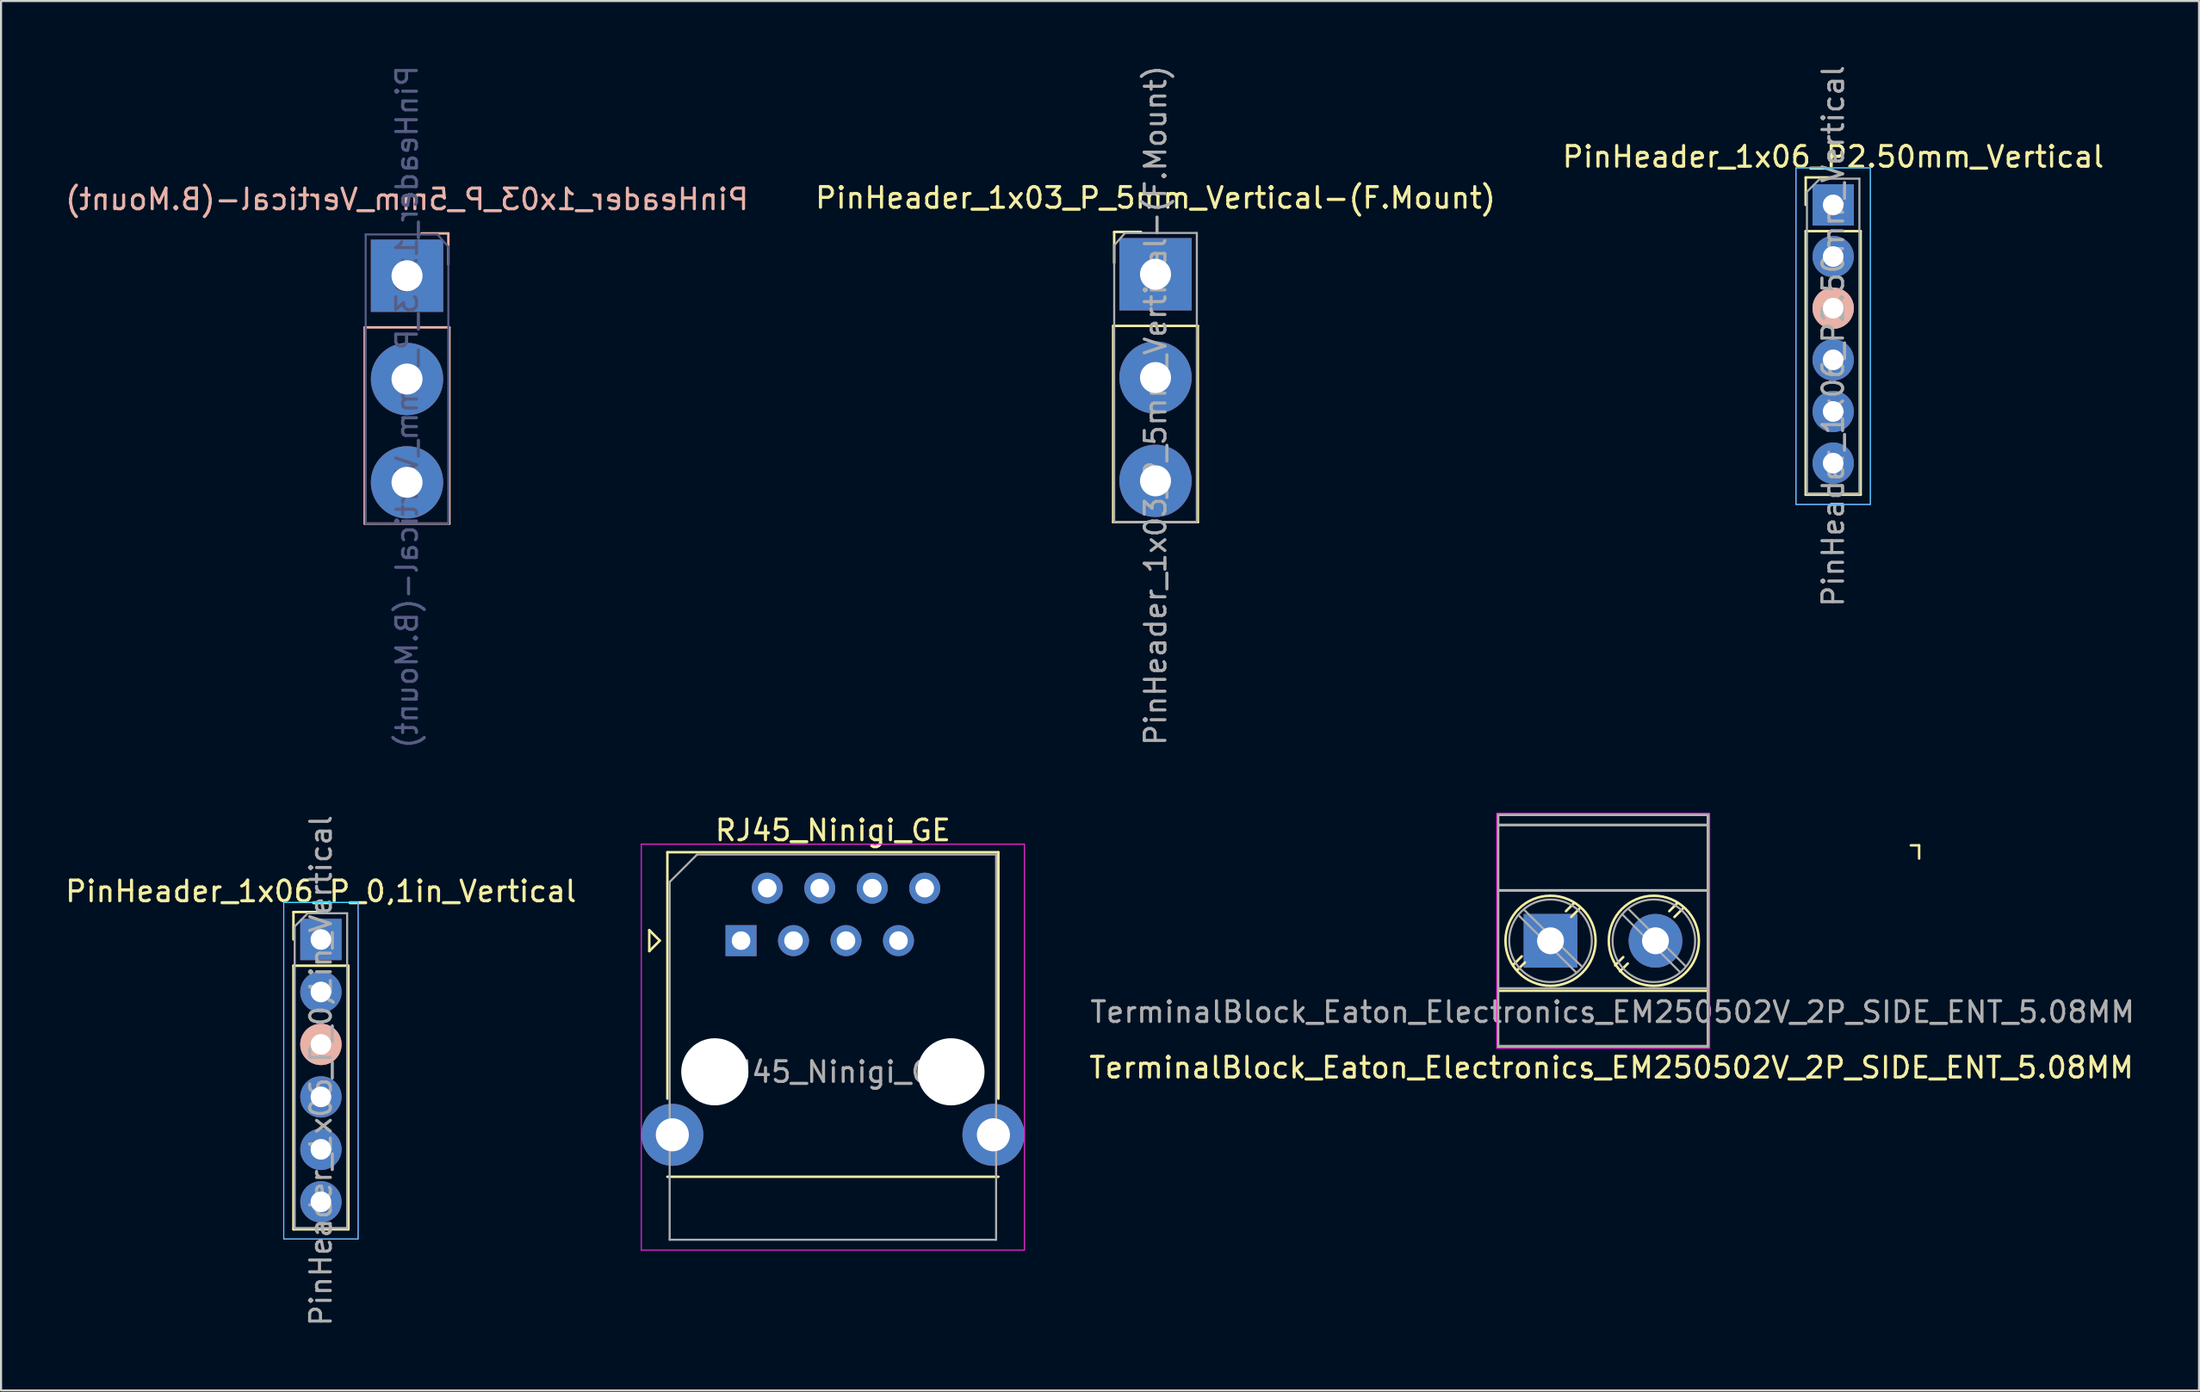
<source format=kicad_pcb>
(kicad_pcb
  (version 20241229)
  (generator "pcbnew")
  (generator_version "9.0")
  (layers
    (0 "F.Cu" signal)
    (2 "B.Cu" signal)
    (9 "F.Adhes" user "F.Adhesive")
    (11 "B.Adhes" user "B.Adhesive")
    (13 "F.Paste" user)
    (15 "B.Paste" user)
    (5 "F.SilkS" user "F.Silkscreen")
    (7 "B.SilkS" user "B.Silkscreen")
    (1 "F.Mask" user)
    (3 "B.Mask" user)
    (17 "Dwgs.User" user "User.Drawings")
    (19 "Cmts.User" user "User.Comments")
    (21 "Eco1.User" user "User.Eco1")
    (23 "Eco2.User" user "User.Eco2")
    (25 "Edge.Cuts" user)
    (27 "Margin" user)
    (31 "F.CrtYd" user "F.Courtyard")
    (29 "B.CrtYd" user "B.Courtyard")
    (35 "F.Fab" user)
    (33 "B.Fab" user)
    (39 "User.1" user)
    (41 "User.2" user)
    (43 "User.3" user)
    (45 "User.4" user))
  (footprint "PinHeader_1x03_P_5mm_Vertical-(F.Mount)"
    (layer "F.Cu")
    (at 52.875 10.227)
    (property "Reference" "PinHeader_1x03_P_5mm_Vertical-(F.Mount)" (at 0 -3.7 0) (layer "F.SilkS") (effects (font (size 1 1) (thickness 0.15))))
    (attr through_hole)
    (fp_line (start -2.05 2.5) (end -2.05 12) (stroke (width 0.12) (type solid)) (layer "F.SilkS"))
    (fp_line (start -2.05 2.5) (end 2.05 2.5) (stroke (width 0.12) (type solid)) (layer "F.SilkS"))
    (fp_line (start -2.05 12) (end 2.05 12) (stroke (width 0.12) (type solid)) (layer "F.SilkS"))
    (fp_line (start -2 -2.05) (end -0.7 -2.05) (stroke (width 0.12) (type solid)) (layer "F.SilkS"))
    (fp_line (start -2 -0.55) (end -2 -2.05) (stroke (width 0.12) (type solid)) (layer "F.SilkS"))
    (fp_line (start 2.05 2.5) (end 2.05 12) (stroke (width 0.12) (type solid)) (layer "F.SilkS"))
    (fp_line (start -2 -1.4) (end -1.475 -2) (stroke (width 0.1) (type solid)) (layer "F.Fab"))
    (fp_line (start -2 12) (end -2 -1.4) (stroke (width 0.1) (type solid)) (layer "F.Fab"))
    (fp_line (start -1.475 -2) (end 2 -2) (stroke (width 0.1) (type solid)) (layer "F.Fab"))
    (fp_line (start 2 -2) (end 2 12) (stroke (width 0.1) (type solid)) (layer "F.Fab"))
    (fp_line (start 2 12) (end -2 12) (stroke (width 0.1) (type solid)) (layer "F.Fab"))
    (fp_text user "${REFERENCE}" (at 0 6.35 90) (layer "F.Fab") (effects (font (size 1 1) (thickness 0.15))))
    (pad "1" thru_hole rect (at 0 0) (size 3.5 3.5) (drill 1.5) (layers "*.Cu" "*.Mask"))
    (pad "2" thru_hole circle (at 0 5) (size 3.5 3.5) (drill 1.5) (layers "*.Cu" "*.Mask"))
    (pad "3" thru_hole circle (at 0 10) (size 3.5 3.5) (drill 1.5) (layers "*.Cu" "*.Mask")))
  (footprint "PinHeader_1x06_P_0,1in_Vertical"
    (layer "F.Cu")
    (at 12.482 42.43)
    (property "Reference" "PinHeader_1x06_P_0,1in_Vertical" (at 0 -2.33 0) (layer "F.SilkS") (effects (font (size 1 1) (thickness 0.15))))
    (attr through_hole)
    (fp_line (start -1.33 -1.33) (end 0 -1.33) (stroke (width 0.12) (type solid)) (layer "F.SilkS"))
    (fp_line (start -1.33 0) (end -1.33 -1.33) (stroke (width 0.12) (type solid)) (layer "F.SilkS"))
    (fp_line (start -1.33 1.27) (end -1.33 14.03) (stroke (width 0.12) (type solid)) (layer "F.SilkS"))
    (fp_line (start -1.33 1.27) (end 1.33 1.27) (stroke (width 0.12) (type solid)) (layer "F.SilkS"))
    (fp_line (start -1.33 14.03) (end 1.33 14.03) (stroke (width 0.12) (type solid)) (layer "F.SilkS"))
    (fp_line (start 1.33 1.27) (end 1.33 14.03) (stroke (width 0.12) (type solid)) (layer "F.SilkS"))
    (fp_rect (start 1.8 -1.79) (end -1.8 14.5) (stroke (width 0.05) (type solid)) (fill no) (layer "B.CrtYd"))
    (fp_line (start -1.8 -1.8) (end -1.8 14.5) (stroke (width 0.05) (type solid)) (layer "F.CrtYd"))
    (fp_line (start -1.8 14.5) (end 1.8 14.5) (stroke (width 0.05) (type solid)) (layer "F.CrtYd"))
    (fp_line (start 1.8 -1.8) (end -1.8 -1.8) (stroke (width 0.05) (type solid)) (layer "F.CrtYd"))
    (fp_line (start 1.8 14.5) (end 1.8 -1.8) (stroke (width 0.05) (type solid)) (layer "F.CrtYd"))
    (fp_line (start -1.27 -0.635) (end -0.635 -1.27) (stroke (width 0.1) (type solid)) (layer "F.Fab"))
    (fp_line (start -1.27 13.97) (end -1.27 -0.635) (stroke (width 0.1) (type solid)) (layer "F.Fab"))
    (fp_line (start -0.635 -1.27) (end 1.27 -1.27) (stroke (width 0.1) (type solid)) (layer "F.Fab"))
    (fp_line (start 1.27 -1.27) (end 1.27 13.97) (stroke (width 0.1) (type solid)) (layer "F.Fab"))
    (fp_line (start 1.27 13.97) (end -1.27 13.97) (stroke (width 0.1) (type solid)) (layer "F.Fab"))
    (fp_text user "${REFERENCE}" (at 0 6.35 90) (layer "F.Fab") (effects (font (size 1 1) (thickness 0.15))))
    (pad "1" thru_hole rect (at 0 0) (size 2 2) (drill 1) (layers "*.Cu" "*.Mask"))
    (pad "2" thru_hole oval (at 0 2.54) (size 2 2) (drill 1) (layers "*.Cu" "*.Mask"))
    (pad "3" thru_hole oval (at 0 5.08) (size 2 2) (drill 1) (layers "*.Cu" "*.Mask" "B.SilkS"))
    (pad "4" thru_hole oval (at 0 7.62) (size 2 2) (drill 1) (layers "*.Cu" "*.Mask"))
    (pad "5" thru_hole oval (at 0 10.16) (size 2 2) (drill 1) (layers "*.Cu" "*.Mask"))
    (pad "6" thru_hole oval (at 0 12.7) (size 2 2) (drill 1) (layers "*.Cu" "*.Mask")))
  (footprint "TerminalBlock_Eaton_Electronics_EM250502V_2P_SIDE_ENT_5.08MM"
    (layer "F.Cu")
    (at 71.993 42.493)
    (property "Reference" "TerminalBlock_Eaton_Electronics_EM250502V_2P_SIDE_ENT_5.08MM" (at 2.95 6.14 0) (layer "F.SilkS") (effects (font (size 1 1) (thickness 0.15))))
    (attr through_hole)
    (fp_line (start -2.54 5.1) (end -2.54 -6.1) (stroke (width 0.12) (type solid)) (layer "F.SilkS"))
    (fp_line (start -1.788 1.148) (end -1.393 0.752) (stroke (width 0.12) (type solid)) (layer "F.SilkS"))
    (fp_line (start -1.62 1.43) (end -1.24 1.05) (stroke (width 0.12) (type solid)) (layer "F.SilkS"))
    (fp_line (start 0.747 -1.434) (end 1.127 -1.814) (stroke (width 0.12) (type solid)) (layer "F.SilkS"))
    (fp_line (start 0.998 -1.152) (end 1.393 -1.548) (stroke (width 0.12) (type solid)) (layer "F.SilkS"))
    (fp_line (start 3.125 1.186) (end 3.52 0.79) (stroke (width 0.12) (type solid)) (layer "F.SilkS"))
    (fp_line (start 3.36 1.48) (end 3.74 1.1) (stroke (width 0.12) (type solid)) (layer "F.SilkS"))
    (fp_line (start 5.747 -1.434) (end 6.127 -1.814) (stroke (width 0.12) (type solid)) (layer "F.SilkS"))
    (fp_line (start 5.998 -1.152) (end 6.393 -1.548) (stroke (width 0.12) (type solid)) (layer "F.SilkS"))
    (fp_line (start 7.61 2.42) (end -2.55 2.42) (stroke (width 0.12) (type solid)) (layer "F.SilkS"))
    (fp_line (start 7.62 -2.44) (end -2.54 -2.44) (stroke (width 0.12) (type solid)) (layer "F.SilkS"))
    (fp_line (start 7.62 5.1) (end -2.54 5.1) (stroke (width 0.12) (type solid)) (layer "F.SilkS"))
    (fp_line (start 7.62 5.1) (end 7.62 -6.1) (stroke (width 0.12) (type solid)) (layer "F.SilkS"))
    (fp_line (start 7.63 -6.1) (end -2.53 -6.1) (stroke (width 0.12) (type solid)) (layer "F.SilkS"))
    (fp_line (start 7.65 -5.61) (end -2.51 -5.61) (stroke (width 0.12) (type solid)) (layer "F.SilkS"))
    (fp_line (start 17.84 -4.62) (end 17.44 -4.62) (stroke (width 0.12) (type solid)) (layer "F.SilkS"))
    (fp_line (start 17.84 -3.98) (end 17.84 -4.62) (stroke (width 0.12) (type solid)) (layer "F.SilkS"))
    (fp_circle (center 0 0) (end 2.18 0) (stroke (width 0.12) (type solid)) (fill no) (layer "F.SilkS"))
    (fp_circle (center 5 0) (end 7.18 0) (stroke (width 0.12) (type solid)) (fill no) (layer "F.SilkS"))
    (fp_rect (start -2.6 5.2) (end 7.7 -6.17) (stroke (width 0.05) (type solid)) (fill no) (layer "F.CrtYd"))
    (fp_line (start -2.54 -6.1) (end -2.54 5.1) (stroke (width 0.1) (type solid)) (layer "F.Fab"))
    (fp_line (start -2.54 -6.1) (end 7.62 -6.1) (stroke (width 0.1) (type solid)) (layer "F.Fab"))
    (fp_line (start -2.54 2.3) (end 7.62 2.3) (stroke (width 0.1) (type solid)) (layer "F.Fab"))
    (fp_line (start -2.54 5.1) (end 7.62 5.1) (stroke (width 0.1) (type solid)) (layer "F.Fab"))
    (fp_line (start 1.26 1.55) (end -1.56 -1.25) (stroke (width 0.1) (type solid)) (layer "F.Fab"))
    (fp_line (start 1.55 1.28) (end -1.29 -1.51) (stroke (width 0.1) (type solid)) (layer "F.Fab"))
    (fp_line (start 6.255 1.505) (end 3.466 -1.285) (stroke (width 0.1) (type solid)) (layer "F.Fab"))
    (fp_line (start 6.545 1.235) (end 3.756 -1.555) (stroke (width 0.1) (type solid)) (layer "F.Fab"))
    (fp_line (start 7.62 -6.1) (end 7.62 5.1) (stroke (width 0.1) (type solid)) (layer "F.Fab"))
    (fp_line (start 7.62 -2.43) (end -2.54 -2.43) (stroke (width 0.1) (type solid)) (layer "F.Fab"))
    (fp_line (start 7.63 -5.61) (end -2.53 -5.61) (stroke (width 0.1) (type solid)) (layer "F.Fab"))
    (fp_circle (center 0 0) (end 2 0) (stroke (width 0.1) (type solid)) (fill no) (layer "F.Fab"))
    (fp_circle (center 5 0) (end 7 0) (stroke (width 0.1) (type solid)) (fill no) (layer "F.Fab"))
    (fp_text user "${REFERENCE}" (at 3 3.45 0) (layer "F.Fab") (effects (font (size 1 1) (thickness 0.15))))
    (pad "1" thru_hole rect (at 0 0) (size 2.6 2.6) (drill 1.3) (layers "*.Cu" "*.Mask"))
    (pad "2" thru_hole circle (at 5.08 0) (size 2.6 2.6) (drill 1.3) (layers "*.Cu" "*.Mask")))
  (footprint "PinHeader_1x03_P_5mm_Vertical-(B.Mount)"
    (layer "F.Cu")
    (at 16.649 10.299)
    (property "Reference" "PinHeader_1x03_P_5mm_Vertical-(B.Mount)" (at 0 -3.7 0) (layer "B.SilkS") (effects (font (size 1 1) (thickness 0.15)) (justify mirror)))
    (attr through_hole)
    (fp_line (start -2.05 2.5) (end -2.05 12) (stroke (width 0.12) (type solid)) (layer "B.SilkS"))
    (fp_line (start 2 -2.05) (end 0.7 -2.05) (stroke (width 0.12) (type solid)) (layer "B.SilkS"))
    (fp_line (start 2 -0.55) (end 2 -2.05) (stroke (width 0.12) (type solid)) (layer "B.SilkS"))
    (fp_line (start 2.05 2.5) (end -2.05 2.5) (stroke (width 0.12) (type solid)) (layer "B.SilkS"))
    (fp_line (start 2.05 2.5) (end 2.05 12) (stroke (width 0.12) (type solid)) (layer "B.SilkS"))
    (fp_line (start 2.05 12) (end -2.05 12) (stroke (width 0.12) (type solid)) (layer "B.SilkS"))
    (fp_line (start -2 -2) (end -2 12) (stroke (width 0.1) (type solid)) (layer "B.Fab"))
    (fp_line (start -2 12) (end 2 12) (stroke (width 0.1) (type solid)) (layer "B.Fab"))
    (fp_line (start 1.475 -2) (end -2 -2) (stroke (width 0.1) (type solid)) (layer "B.Fab"))
    (fp_line (start 2 -1.4) (end 1.475 -2) (stroke (width 0.1) (type solid)) (layer "B.Fab"))
    (fp_line (start 2 12) (end 2 -1.4) (stroke (width 0.1) (type solid)) (layer "B.Fab"))
    (fp_text user "${REFERENCE}" (at 0 6.35 270) (layer "B.Fab") (effects (font (size 1 1) (thickness 0.15)) (justify mirror)))
    (pad "1" thru_hole rect (at 0 0) (size 3.5 3.5) (drill 1.5) (layers "*.Cu" "*.Mask"))
    (pad "2" thru_hole circle (at 0 5) (size 3.5 3.5) (drill 1.5) (layers "*.Cu" "*.Mask"))
    (pad "3" thru_hole circle (at 0 10) (size 3.5 3.5) (drill 1.5) (layers "*.Cu" "*.Mask")))
  (footprint "RJ45_Ninigi_GE"
    (layer "F.Cu")
    (at 32.815 42.486)
    (property "Reference" "RJ45_Ninigi_GE" (at 4.445 -5.34 0) (layer "F.SilkS") (effects (font (size 1 1) (thickness 0.15))))
    (attr through_hole)
    (fp_line (start -4.441 -0.508) (end -4.441 0.508) (stroke (width 0.12) (type solid)) (layer "F.SilkS"))
    (fp_line (start -4.441 0.508) (end -3.933 0) (stroke (width 0.12) (type solid)) (layer "F.SilkS"))
    (fp_line (start -3.933 0) (end -4.441 -0.508) (stroke (width 0.12) (type solid)) (layer "F.SilkS"))
    (fp_line (start -3.565 -4.28) (end -3.565 7.65) (stroke (width 0.12) (type solid)) (layer "F.SilkS"))
    (fp_line (start 12.455 -4.28) (end -3.565 -4.28) (stroke (width 0.12) (type solid)) (layer "F.SilkS"))
    (fp_line (start 12.455 -4.28) (end 12.455 7.65) (stroke (width 0.12) (type solid)) (layer "F.SilkS"))
    (fp_line (start 12.455 11.43) (end -3.565 11.43) (stroke (width 0.12) (type solid)) (layer "F.SilkS"))
    (fp_line (start -4.826 -4.67) (end 13.716 -4.67) (stroke (width 0.05) (type solid)) (layer "F.CrtYd"))
    (fp_line (start -4.826 14.98) (end -4.826 -4.67) (stroke (width 0.05) (type solid)) (layer "F.CrtYd"))
    (fp_line (start 13.716 -4.67) (end 13.716 14.98) (stroke (width 0.05) (type solid)) (layer "F.CrtYd"))
    (fp_line (start 13.716 14.98) (end -4.826 14.98) (stroke (width 0.05) (type solid)) (layer "F.CrtYd"))
    (fp_line (start -3.455 -2.84) (end -3.455 14.48) (stroke (width 0.1) (type solid)) (layer "F.Fab"))
    (fp_line (start -3.455 -2.84) (end -2.125 -4.17) (stroke (width 0.1) (type solid)) (layer "F.Fab"))
    (fp_line (start 12.345 -4.17) (end -2.125 -4.17) (stroke (width 0.1) (type solid)) (layer "F.Fab"))
    (fp_line (start 12.345 14.48) (end -3.455 14.48) (stroke (width 0.1) (type solid)) (layer "F.Fab"))
    (fp_line (start 12.345 14.48) (end 12.345 -4.17) (stroke (width 0.1) (type solid)) (layer "F.Fab"))
    (fp_text user "${REFERENCE}" (at 4.445 6.36 0) (layer "F.Fab") (effects (font (size 1 1) (thickness 0.15))))
    (pad "" np_thru_hole circle (at -1.27 6.35) (size 3.25 3.25) (drill 3.25) (layers "*.Cu" "*.Mask"))
    (pad "" np_thru_hole circle (at 10.16 6.35 180) (size 3.25 3.25) (drill 3.25) (layers "*.Cu" "*.Mask"))
    (pad "1" thru_hole rect (at 0 0 180) (size 1.5 1.5) (drill 0.9) (layers "*.Cu" "*.Mask"))
    (pad "2" thru_hole circle (at 1.27 -2.54 180) (size 1.5 1.5) (drill 0.9) (layers "*.Cu" "*.Mask"))
    (pad "3" thru_hole circle (at 2.54 0 180) (size 1.5 1.5) (drill 0.9) (layers "*.Cu" "*.Mask"))
    (pad "4" thru_hole circle (at 3.81 -2.54 180) (size 1.5 1.5) (drill 0.9) (layers "*.Cu" "*.Mask"))
    (pad "5" thru_hole circle (at 5.08 0 180) (size 1.5 1.5) (drill 0.9) (layers "*.Cu" "*.Mask"))
    (pad "6" thru_hole circle (at 6.35 -2.54 180) (size 1.5 1.5) (drill 0.9) (layers "*.Cu" "*.Mask"))
    (pad "7" thru_hole circle (at 7.62 0 180) (size 1.5 1.5) (drill 0.9) (layers "*.Cu" "*.Mask"))
    (pad "8" thru_hole circle (at 8.89 -2.54 180) (size 1.5 1.5) (drill 0.9) (layers "*.Cu" "*.Mask"))
    (pad "SH" thru_hole circle (at -3.325 9.4) (size 3 3) (drill 1.6) (layers "*.Cu" "*.Mask"))
    (pad "SH" thru_hole circle (at 12.215 9.4 180) (size 3 3) (drill 1.6) (layers "*.Cu" "*.Mask")))
  (footprint "PinHeader_1x06_P2.50mm_Vertical"
    (layer "F.Cu")
    (at 85.673 6.87)
    (property "Reference" "PinHeader_1x06_P2.50mm_Vertical" (at 0 -2.33 0) (layer "F.SilkS") (effects (font (size 1 1) (thickness 0.15))))
    (attr through_hole)
    (fp_line (start -1.33 -1.33) (end 0 -1.33) (stroke (width 0.12) (type solid)) (layer "F.SilkS"))
    (fp_line (start -1.33 0) (end -1.33 -1.33) (stroke (width 0.12) (type solid)) (layer "F.SilkS"))
    (fp_line (start -1.33 1.27) (end -1.33 14.03) (stroke (width 0.12) (type solid)) (layer "F.SilkS"))
    (fp_line (start -1.33 1.27) (end 1.33 1.27) (stroke (width 0.12) (type solid)) (layer "F.SilkS"))
    (fp_line (start -1.33 14.03) (end 1.33 14.03) (stroke (width 0.12) (type solid)) (layer "F.SilkS"))
    (fp_line (start 1.33 1.27) (end 1.33 14.03) (stroke (width 0.12) (type solid)) (layer "F.SilkS"))
    (fp_rect (start 1.8 -1.79) (end -1.8 14.5) (stroke (width 0.05) (type solid)) (fill no) (layer "B.CrtYd"))
    (fp_line (start -1.8 -1.8) (end -1.8 14.5) (stroke (width 0.05) (type solid)) (layer "F.CrtYd"))
    (fp_line (start -1.8 14.5) (end 1.8 14.5) (stroke (width 0.05) (type solid)) (layer "F.CrtYd"))
    (fp_line (start 1.8 -1.8) (end -1.8 -1.8) (stroke (width 0.05) (type solid)) (layer "F.CrtYd"))
    (fp_line (start 1.8 14.5) (end 1.8 -1.8) (stroke (width 0.05) (type solid)) (layer "F.CrtYd"))
    (fp_line (start -1.27 -0.635) (end -0.635 -1.27) (stroke (width 0.1) (type solid)) (layer "F.Fab"))
    (fp_line (start -1.27 13.97) (end -1.27 -0.635) (stroke (width 0.1) (type solid)) (layer "F.Fab"))
    (fp_line (start -0.635 -1.27) (end 1.27 -1.27) (stroke (width 0.1) (type solid)) (layer "F.Fab"))
    (fp_line (start 1.27 -1.27) (end 1.27 13.97) (stroke (width 0.1) (type solid)) (layer "F.Fab"))
    (fp_line (start 1.27 13.97) (end -1.27 13.97) (stroke (width 0.1) (type solid)) (layer "F.Fab"))
    (fp_text user "${REFERENCE}" (at 0 6.35 90) (layer "F.Fab") (effects (font (size 1 1) (thickness 0.15))))
    (pad "1" thru_hole rect (at 0 0) (size 2 2) (drill 1) (layers "*.Cu" "*.Mask"))
    (pad "2" thru_hole oval (at 0 2.5) (size 2 2) (drill 1) (layers "*.Cu" "*.Mask"))
    (pad "3" thru_hole oval (at 0 5) (size 2 2) (drill 1) (layers "*.Cu" "*.Mask" "B.SilkS"))
    (pad "4" thru_hole oval (at 0 7.5) (size 2 2) (drill 1) (layers "*.Cu" "*.Mask"))
    (pad "5" thru_hole oval (at 0 10) (size 2 2) (drill 1) (layers "*.Cu" "*.Mask"))
    (pad "6" thru_hole oval (at 0 12.5) (size 2 2) (drill 1) (layers "*.Cu" "*.Mask")))
  (gr_rect
    (start -3 -3)
    (end 103.38 64.262)
    (stroke (width 0.1) (type default))
    (fill no)
    (layer "Edge.Cuts")))
</source>
